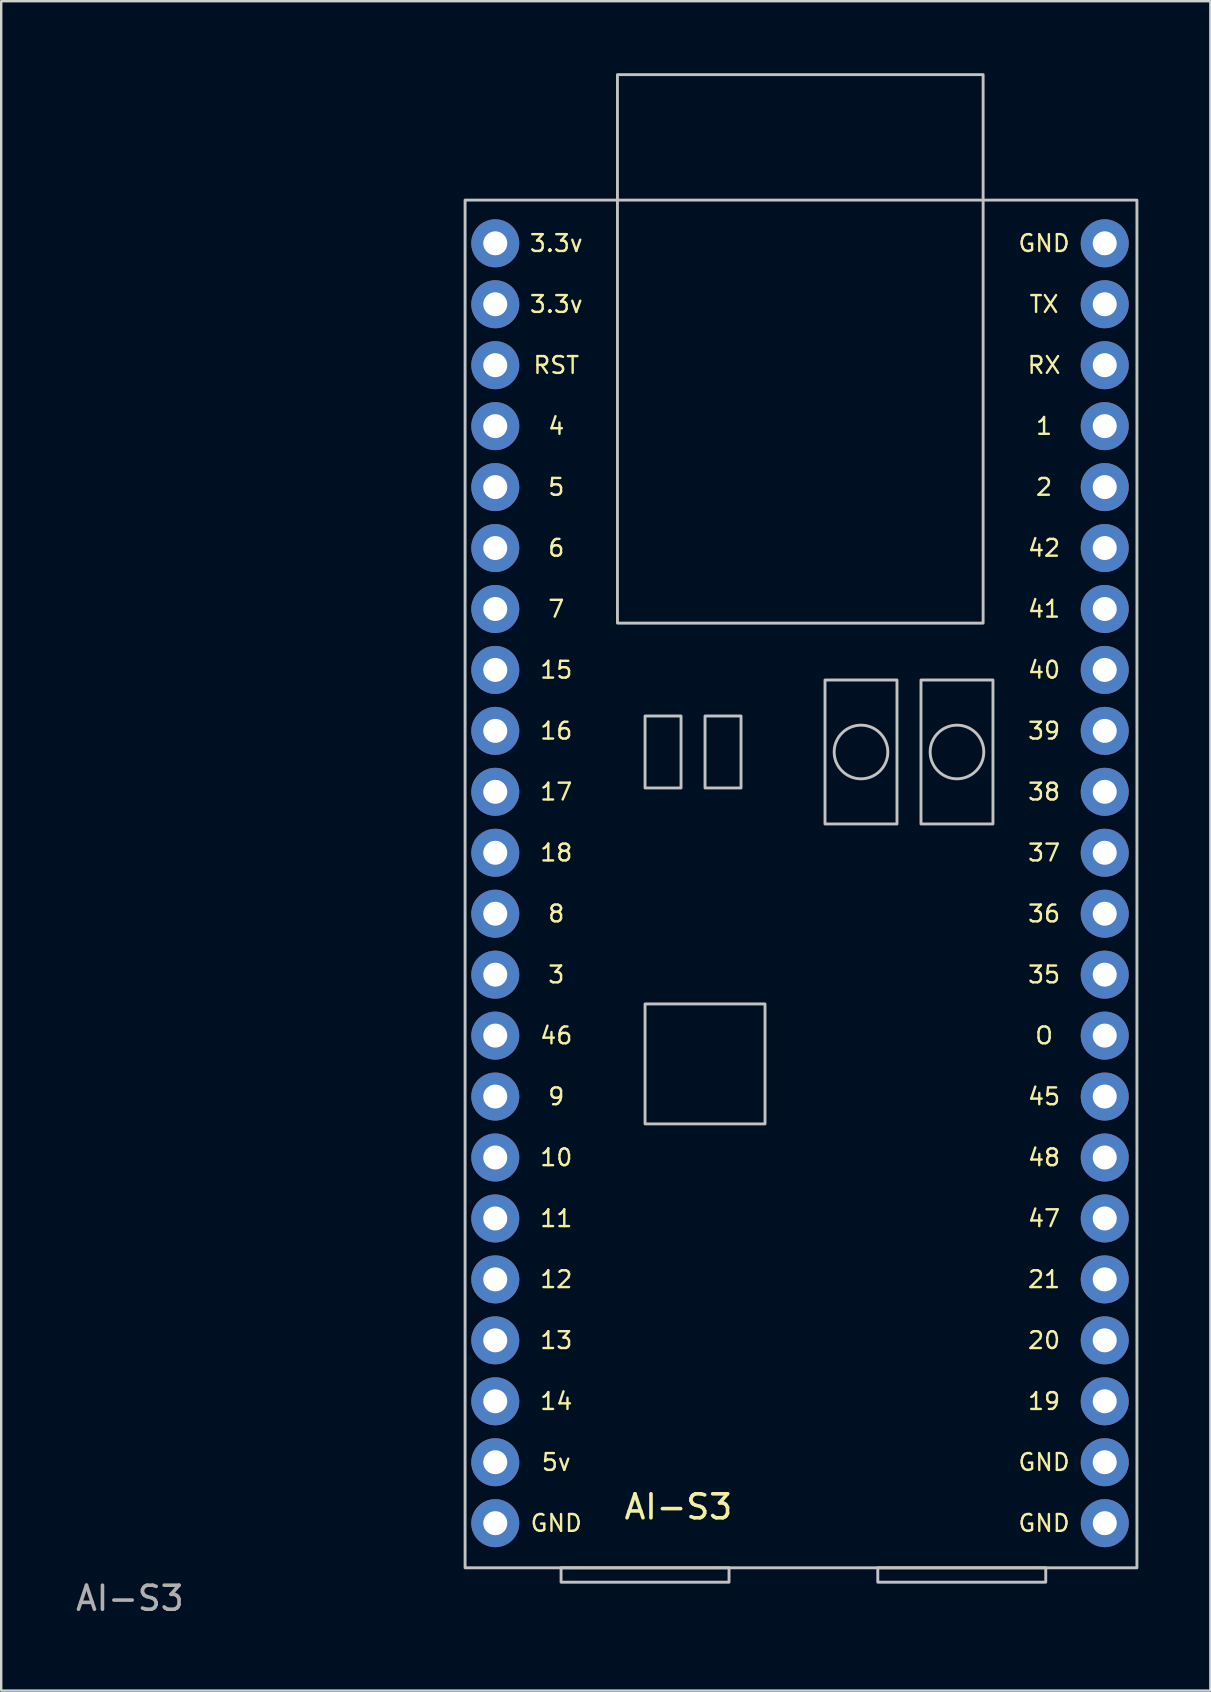
<source format=kicad_pcb>
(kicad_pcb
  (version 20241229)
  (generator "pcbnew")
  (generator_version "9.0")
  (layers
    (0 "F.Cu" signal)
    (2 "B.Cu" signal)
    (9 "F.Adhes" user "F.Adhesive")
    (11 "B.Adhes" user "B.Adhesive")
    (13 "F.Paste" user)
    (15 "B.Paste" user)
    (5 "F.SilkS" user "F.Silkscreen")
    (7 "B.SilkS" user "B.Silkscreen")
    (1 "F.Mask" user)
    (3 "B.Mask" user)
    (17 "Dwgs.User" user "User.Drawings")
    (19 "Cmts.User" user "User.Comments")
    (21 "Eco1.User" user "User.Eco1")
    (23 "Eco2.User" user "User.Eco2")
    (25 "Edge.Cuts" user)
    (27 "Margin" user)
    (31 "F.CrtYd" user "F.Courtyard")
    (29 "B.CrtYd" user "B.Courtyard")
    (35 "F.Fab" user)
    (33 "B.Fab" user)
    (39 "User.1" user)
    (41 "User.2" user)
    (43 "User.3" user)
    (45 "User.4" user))
  (footprint "AI-S3"
    (layer "F.Cu")
    (at 16.333 62.29)
    (property "Reference" "AI-S3" (at 8.89 -2.54 0) (unlocked yes) (layer "F.SilkS") (effects (font (size 1 1) (thickness 0.15))))
    (attr smd)
    (fp_rect (start 0 0) (end 28 -57) (stroke (width 0.12) (type solid)) (fill no) (layer "Dwgs.User"))
    (fp_rect (start 4 0.6) (end 11 0) (stroke (width 0.12) (type solid)) (fill no) (layer "Dwgs.User"))
    (fp_rect (start 6.35 -39.37) (end 21.59 -62.23) (stroke (width 0.12) (type solid)) (fill no) (layer "Dwgs.User"))
    (fp_rect (start 7.5 -35.5) (end 9 -32.5) (stroke (width 0.12) (type solid)) (fill no) (layer "Dwgs.User"))
    (fp_rect (start 7.5 -23.5) (end 12.5 -18.5) (stroke (width 0.12) (type solid)) (fill no) (layer "Dwgs.User"))
    (fp_rect (start 10 -35.5) (end 11.5 -32.5) (stroke (width 0.12) (type solid)) (fill no) (layer "Dwgs.User"))
    (fp_rect (start 17.2 0.6) (end 24.2 0) (stroke (width 0.12) (type solid)) (fill no) (layer "Dwgs.User"))
    (fp_rect (start 18 -37) (end 15 -31) (stroke (width 0.12) (type solid)) (fill no) (layer "Dwgs.User"))
    (fp_rect (start 22 -37) (end 19 -31) (stroke (width 0.12) (type solid)) (fill no) (layer "Dwgs.User"))
    (fp_circle (center 16.5 -34) (end 17.618 -34) (stroke (width 0.12) (type solid)) (fill no) (layer "Dwgs.User"))
    (fp_circle (center 20.5 -34) (end 21.618 -34) (stroke (width 0.12) (type solid)) (fill no) (layer "Dwgs.User"))
    (fp_text user "38" (at 24.13 -32.34 0) (unlocked yes) (layer "F.SilkS") (effects (font (size 0.7 0.7) (thickness 0.1))))
    (fp_text user "37" (at 24.13 -29.8 0) (unlocked yes) (layer "F.SilkS") (effects (font (size 0.7 0.7) (thickness 0.1))))
    (fp_text user "5" (at 3.8 -45.04 0) (unlocked yes) (layer "F.SilkS") (effects (font (size 0.7 0.7) (thickness 0.1))))
    (fp_text user "40" (at 24.13 -37.42 0) (unlocked yes) (layer "F.SilkS") (effects (font (size 0.7 0.7) (thickness 0.1))))
    (fp_text user "GND" (at 24.13 -4.4 0) (unlocked yes) (layer "F.SilkS") (effects (font (size 0.7 0.7) (thickness 0.1))))
    (fp_text user "7" (at 3.8 -39.96 0) (unlocked yes) (layer "F.SilkS") (effects (font (size 0.7 0.7) (thickness 0.1))))
    (fp_text user "GND" (at 24.13 -55.2 0) (unlocked yes) (layer "F.SilkS") (effects (font (size 0.7 0.7) (thickness 0.1))))
    (fp_text user "4" (at 3.8 -47.58 0) (unlocked yes) (layer "F.SilkS") (effects (font (size 0.7 0.7) (thickness 0.1))))
    (fp_text user "21" (at 24.13 -12.02 0) (unlocked yes) (layer "F.SilkS") (effects (font (size 0.7 0.7) (thickness 0.1))))
    (fp_text user "15" (at 3.8 -37.42 0) (unlocked yes) (layer "F.SilkS") (effects (font (size 0.7 0.7) (thickness 0.1))))
    (fp_text user "20" (at 24.13 -9.48 0) (unlocked yes) (layer "F.SilkS") (effects (font (size 0.7 0.7) (thickness 0.1))))
    (fp_text user "48" (at 24.13 -17.1 0) (unlocked yes) (layer "F.SilkS") (effects (font (size 0.7 0.7) (thickness 0.1))))
    (fp_text user "GND" (at 24.13 -1.86 0) (unlocked yes) (layer "F.SilkS") (effects (font (size 0.7 0.7) (thickness 0.1))))
    (fp_text user "18" (at 3.8 -29.8 0) (unlocked yes) (layer "F.SilkS") (effects (font (size 0.7 0.7) (thickness 0.1))))
    (fp_text user "16" (at 3.8 -34.88 0) (unlocked yes) (layer "F.SilkS") (effects (font (size 0.7 0.7) (thickness 0.1))))
    (fp_text user "RST" (at 3.8 -50.12 0) (unlocked yes) (layer "F.SilkS") (effects (font (size 0.7 0.7) (thickness 0.1))))
    (fp_text user "8" (at 3.8 -27.26 0) (unlocked yes) (layer "F.SilkS") (effects (font (size 0.7 0.7) (thickness 0.1))))
    (fp_text user "5v" (at 3.8 -4.4 0) (unlocked yes) (layer "F.SilkS") (effects (font (size 0.7 0.7) (thickness 0.1))))
    (fp_text user "42" (at 24.13 -42.5 0) (unlocked yes) (layer "F.SilkS") (effects (font (size 0.7 0.7) (thickness 0.1))))
    (fp_text user "2" (at 24.13 -45.04 0) (unlocked yes) (layer "F.SilkS") (effects (font (size 0.7 0.7) (thickness 0.1))))
    (fp_text user "46" (at 3.8 -22.18 0) (unlocked yes) (layer "F.SilkS") (effects (font (size 0.7 0.7) (thickness 0.1))))
    (fp_text user "19" (at 24.13 -6.94 0) (unlocked yes) (layer "F.SilkS") (effects (font (size 0.7 0.7) (thickness 0.1))))
    (fp_text user "GND" (at 3.8 -1.86 0) (unlocked yes) (layer "F.SilkS") (effects (font (size 0.7 0.7) (thickness 0.1))))
    (fp_text user "36" (at 24.13 -27.26 0) (unlocked yes) (layer "F.SilkS") (effects (font (size 0.7 0.7) (thickness 0.1))))
    (fp_text user "9" (at 3.8 -19.64 0) (unlocked yes) (layer "F.SilkS") (effects (font (size 0.7 0.7) (thickness 0.1))))
    (fp_text user "3" (at 3.8 -24.72 0) (unlocked yes) (layer "F.SilkS") (effects (font (size 0.7 0.7) (thickness 0.1))))
    (fp_text user "RX" (at 24.13 -50.12 0) (unlocked yes) (layer "F.SilkS") (effects (font (size 0.7 0.7) (thickness 0.1))))
    (fp_text user "39" (at 24.13 -34.88 0) (unlocked yes) (layer "F.SilkS") (effects (font (size 0.7 0.7) (thickness 0.1))))
    (fp_text user "3.3v" (at 3.8 -52.66 0) (unlocked yes) (layer "F.SilkS") (effects (font (size 0.7 0.7) (thickness 0.1))))
    (fp_text user "45" (at 24.13 -19.64 0) (unlocked yes) (layer "F.SilkS") (effects (font (size 0.7 0.7) (thickness 0.1))))
    (fp_text user "12" (at 3.8 -12.02 0) (unlocked yes) (layer "F.SilkS") (effects (font (size 0.7 0.7) (thickness 0.1))))
    (fp_text user "3.3v" (at 3.8 -55.2 0) (unlocked yes) (layer "F.SilkS") (effects (font (size 0.7 0.7) (thickness 0.1))))
    (fp_text user "41" (at 24.13 -39.96 0) (unlocked yes) (layer "F.SilkS") (effects (font (size 0.7 0.7) (thickness 0.1))))
    (fp_text user "1" (at 24.13 -47.58 0) (unlocked yes) (layer "F.SilkS") (effects (font (size 0.7 0.7) (thickness 0.1))))
    (fp_text user "17" (at 3.8 -32.34 0) (unlocked yes) (layer "F.SilkS") (effects (font (size 0.7 0.7) (thickness 0.1))))
    (fp_text user "10" (at 3.8 -17.1 0) (unlocked yes) (layer "F.SilkS") (effects (font (size 0.7 0.7) (thickness 0.1))))
    (fp_text user "O" (at 24.13 -22.18 0) (unlocked yes) (layer "F.SilkS") (effects (font (size 0.7 0.7) (thickness 0.1))))
    (fp_text user "TX" (at 24.13 -52.66 0) (unlocked yes) (layer "F.SilkS") (effects (font (size 0.7 0.7) (thickness 0.1))))
    (fp_text user "35" (at 24.13 -24.72 0) (unlocked yes) (layer "F.SilkS") (effects (font (size 0.7 0.7) (thickness 0.1))))
    (fp_text user "47" (at 24.13 -14.56 0) (unlocked yes) (layer "F.SilkS") (effects (font (size 0.7 0.7) (thickness 0.1))))
    (fp_text user "6" (at 3.8 -42.5 0) (unlocked yes) (layer "F.SilkS") (effects (font (size 0.7 0.7) (thickness 0.1))))
    (fp_text user "13" (at 3.8 -9.48 0) (unlocked yes) (layer "F.SilkS") (effects (font (size 0.7 0.7) (thickness 0.1))))
    (fp_text user "14" (at 3.8 -6.94 0) (unlocked yes) (layer "F.SilkS") (effects (font (size 0.7 0.7) (thickness 0.1))))
    (fp_text user "11" (at 3.8 -14.56 0) (unlocked yes) (layer "F.SilkS") (effects (font (size 0.7 0.7) (thickness 0.1))))
    (fp_text user "${REFERENCE}" (at -13.97 1.27 0) (unlocked yes) (layer "F.Fab") (effects (font (size 1 1) (thickness 0.15))))
    (pad "1" thru_hole circle (at 1.258 -55.2) (size 2 2) (drill 1) (layers "*.Cu" "*.Mask"))
    (pad "2" thru_hole circle (at 1.258 -52.66) (size 2 2) (drill 1) (layers "*.Cu" "*.Mask"))
    (pad "3" thru_hole circle (at 1.258 -50.12) (size 2 2) (drill 1) (layers "*.Cu" "*.Mask"))
    (pad "4" thru_hole circle (at 1.258 -47.58) (size 2 2) (drill 1) (layers "*.Cu" "*.Mask"))
    (pad "5" thru_hole circle (at 1.258 -45.04) (size 2 2) (drill 1) (layers "*.Cu" "*.Mask"))
    (pad "6" thru_hole circle (at 1.258 -42.5) (size 2 2) (drill 1) (layers "*.Cu" "*.Mask"))
    (pad "7" thru_hole circle (at 1.258 -39.96) (size 2 2) (drill 1) (layers "*.Cu" "*.Mask"))
    (pad "8" thru_hole circle (at 1.258 -37.42) (size 2 2) (drill 1) (layers "*.Cu" "*.Mask"))
    (pad "9" thru_hole circle (at 1.258 -34.88) (size 2 2) (drill 1) (layers "*.Cu" "*.Mask"))
    (pad "10" thru_hole circle (at 1.258 -32.34) (size 2 2) (drill 1) (layers "*.Cu" "*.Mask"))
    (pad "11" thru_hole circle (at 1.258 -29.8) (size 2 2) (drill 1) (layers "*.Cu" "*.Mask"))
    (pad "12" thru_hole circle (at 1.258 -27.26) (size 2 2) (drill 1) (layers "*.Cu" "*.Mask"))
    (pad "13" thru_hole circle (at 1.258 -24.72) (size 2 2) (drill 1) (layers "*.Cu" "*.Mask"))
    (pad "14" thru_hole circle (at 1.258 -22.18) (size 2 2) (drill 1) (layers "*.Cu" "*.Mask"))
    (pad "15" thru_hole circle (at 1.258 -19.64) (size 2 2) (drill 1) (layers "*.Cu" "*.Mask"))
    (pad "16" thru_hole circle (at 1.258 -17.1) (size 2 2) (drill 1) (layers "*.Cu" "*.Mask"))
    (pad "17" thru_hole circle (at 1.258 -14.56) (size 2 2) (drill 1) (layers "*.Cu" "*.Mask"))
    (pad "18" thru_hole circle (at 1.258 -12.02) (size 2 2) (drill 1) (layers "*.Cu" "*.Mask"))
    (pad "19" thru_hole circle (at 1.258 -9.48) (size 2 2) (drill 1) (layers "*.Cu" "*.Mask"))
    (pad "20" thru_hole circle (at 1.258 -6.94) (size 2 2) (drill 1) (layers "*.Cu" "*.Mask"))
    (pad "21" thru_hole circle (at 1.258 -4.4) (size 2 2) (drill 1) (layers "*.Cu" "*.Mask"))
    (pad "22" thru_hole circle (at 1.258 -1.86) (size 2 2) (drill 1) (layers "*.Cu" "*.Mask"))
    (pad "23" thru_hole circle (at 26.66 -1.86) (size 2 2) (drill 1) (layers "*.Cu" "*.Mask"))
    (pad "24" thru_hole circle (at 26.658 -4.4) (size 2 2) (drill 1) (layers "*.Cu" "*.Mask"))
    (pad "25" thru_hole circle (at 26.658 -6.94) (size 2 2) (drill 1) (layers "*.Cu" "*.Mask"))
    (pad "26" thru_hole circle (at 26.658 -9.48) (size 2 2) (drill 1) (layers "*.Cu" "*.Mask"))
    (pad "27" thru_hole circle (at 26.658 -12.02) (size 2 2) (drill 1) (layers "*.Cu" "*.Mask"))
    (pad "28" thru_hole circle (at 26.658 -14.56) (size 2 2) (drill 1) (layers "*.Cu" "*.Mask"))
    (pad "29" thru_hole circle (at 26.658 -17.1) (size 2 2) (drill 1) (layers "*.Cu" "*.Mask"))
    (pad "30" thru_hole circle (at 26.658 -19.64) (size 2 2) (drill 1) (layers "*.Cu" "*.Mask"))
    (pad "31" thru_hole circle (at 26.658 -22.18) (size 2 2) (drill 1) (layers "*.Cu" "*.Mask"))
    (pad "32" thru_hole circle (at 26.658 -24.72) (size 2 2) (drill 1) (layers "*.Cu" "*.Mask"))
    (pad "33" thru_hole circle (at 26.658 -27.26) (size 2 2) (drill 1) (layers "*.Cu" "*.Mask"))
    (pad "34" thru_hole circle (at 26.658 -29.8) (size 2 2) (drill 1) (layers "*.Cu" "*.Mask"))
    (pad "35" thru_hole circle (at 26.658 -32.34) (size 2 2) (drill 1) (layers "*.Cu" "*.Mask"))
    (pad "36" thru_hole circle (at 26.658 -34.88) (size 2 2) (drill 1) (layers "*.Cu" "*.Mask"))
    (pad "37" thru_hole circle (at 26.658 -37.42) (size 2 2) (drill 1) (layers "*.Cu" "*.Mask"))
    (pad "38" thru_hole circle (at 26.658 -39.96) (size 2 2) (drill 1) (layers "*.Cu" "*.Mask"))
    (pad "39" thru_hole circle (at 26.658 -42.5) (size 2 2) (drill 1) (layers "*.Cu" "*.Mask"))
    (pad "40" thru_hole circle (at 26.658 -45.04) (size 2 2) (drill 1) (layers "*.Cu" "*.Mask"))
    (pad "41" thru_hole circle (at 26.658 -47.58) (size 2 2) (drill 1) (layers "*.Cu" "*.Mask"))
    (pad "42" thru_hole circle (at 26.658 -50.12) (size 2 2) (drill 1) (layers "*.Cu" "*.Mask"))
    (pad "43" thru_hole circle (at 26.658 -52.66) (size 2 2) (drill 1) (layers "*.Cu" "*.Mask"))
    (pad "44" thru_hole circle (at 26.658 -55.2) (size 2 2) (drill 1) (layers "*.Cu" "*.Mask")))
  (gr_rect
    (start -3 -3)
    (end 47.393 67.408)
    (stroke (width 0.1) (type default))
    (fill no)
    (layer "Edge.Cuts")))
</source>
